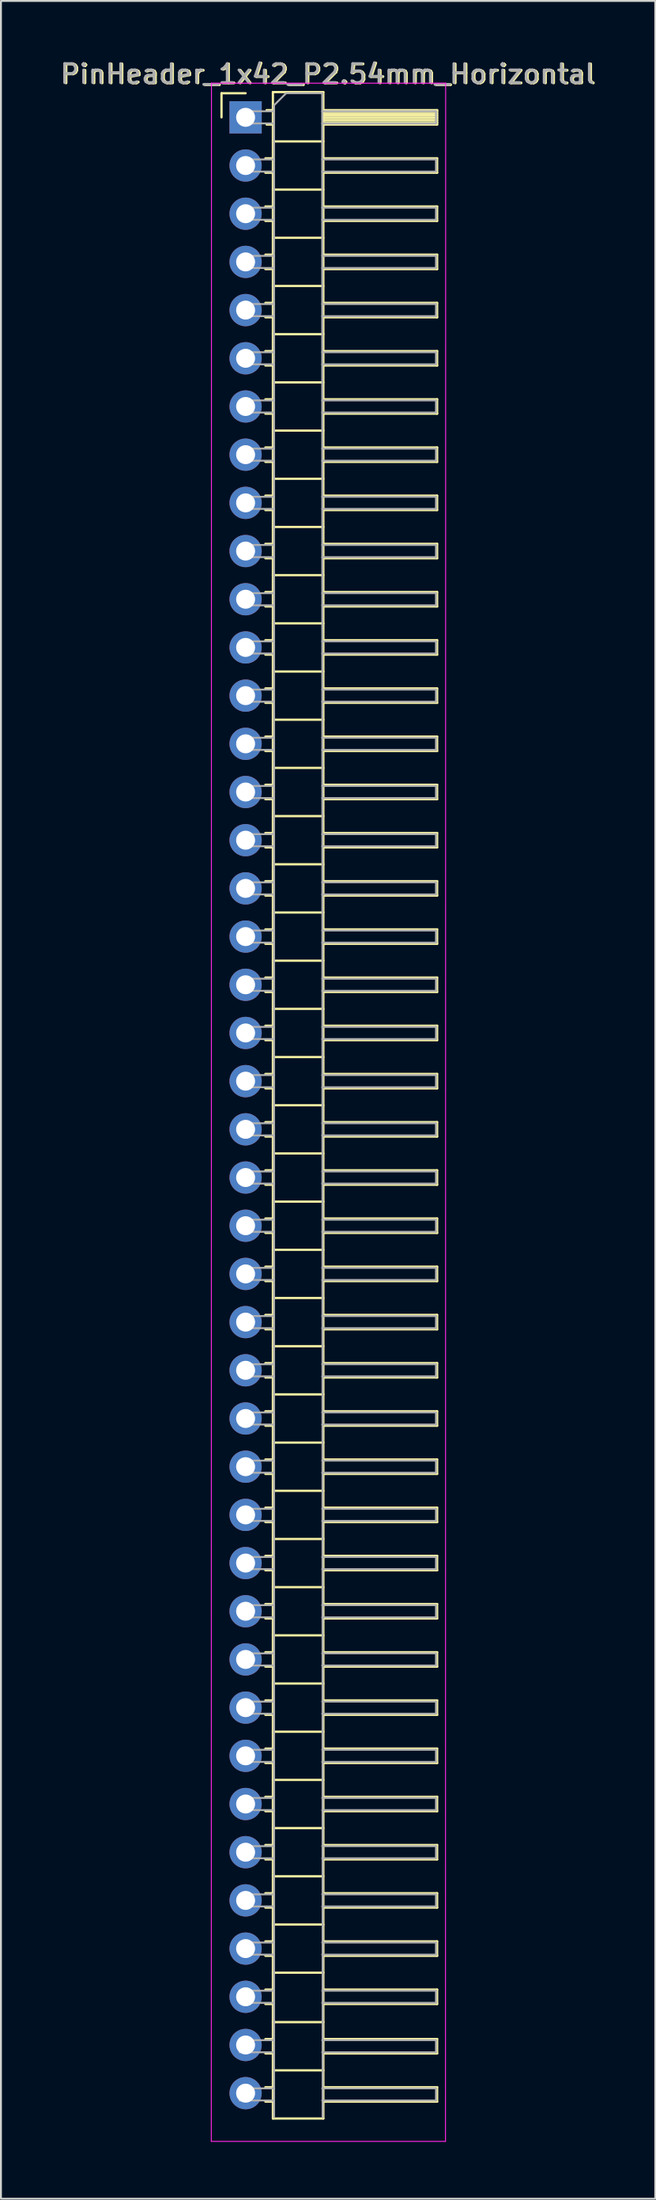
<source format=kicad_pcb>
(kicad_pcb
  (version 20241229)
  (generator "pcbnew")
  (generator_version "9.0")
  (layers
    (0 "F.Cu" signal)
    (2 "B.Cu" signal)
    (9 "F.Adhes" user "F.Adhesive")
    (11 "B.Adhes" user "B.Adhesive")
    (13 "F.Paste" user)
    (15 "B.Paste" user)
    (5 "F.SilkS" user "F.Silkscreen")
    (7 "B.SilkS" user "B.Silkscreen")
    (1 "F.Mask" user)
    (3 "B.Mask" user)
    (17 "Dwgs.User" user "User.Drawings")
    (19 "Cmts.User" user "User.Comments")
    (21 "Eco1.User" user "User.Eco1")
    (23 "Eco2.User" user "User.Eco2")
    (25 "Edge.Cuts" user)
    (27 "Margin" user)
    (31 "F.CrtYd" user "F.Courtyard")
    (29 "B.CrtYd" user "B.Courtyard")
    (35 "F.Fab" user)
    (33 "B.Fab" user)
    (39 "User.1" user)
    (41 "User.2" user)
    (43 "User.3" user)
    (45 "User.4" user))
  (footprint "PinHeader_1x42_P2.54mm_Horizontal"
    (layer "F.Cu")
    (at 9.902 3.134)
    (property "Reference" "PinHeader_1x42_P2.54mm_Horizontal" (at 4.385 -2.27 0) (layer "F.SilkS") (effects (font (size 1 1) (thickness 0.15))))
    (attr through_hole)
    (fp_line (start -1.27 -1.27) (end 0 -1.27) (stroke (width 0.12) (type solid)) (layer "F.SilkS"))
    (fp_line (start -1.27 0) (end -1.27 -1.27) (stroke (width 0.12) (type solid)) (layer "F.SilkS"))
    (fp_line (start 1.043 2.16) (end 1.44 2.16) (stroke (width 0.12) (type solid)) (layer "F.SilkS"))
    (fp_line (start 1.043 2.92) (end 1.44 2.92) (stroke (width 0.12) (type solid)) (layer "F.SilkS"))
    (fp_line (start 1.043 4.7) (end 1.44 4.7) (stroke (width 0.12) (type solid)) (layer "F.SilkS"))
    (fp_line (start 1.043 5.46) (end 1.44 5.46) (stroke (width 0.12) (type solid)) (layer "F.SilkS"))
    (fp_line (start 1.043 7.24) (end 1.44 7.24) (stroke (width 0.12) (type solid)) (layer "F.SilkS"))
    (fp_line (start 1.043 8) (end 1.44 8) (stroke (width 0.12) (type solid)) (layer "F.SilkS"))
    (fp_line (start 1.043 9.78) (end 1.44 9.78) (stroke (width 0.12) (type solid)) (layer "F.SilkS"))
    (fp_line (start 1.043 10.54) (end 1.44 10.54) (stroke (width 0.12) (type solid)) (layer "F.SilkS"))
    (fp_line (start 1.043 12.32) (end 1.44 12.32) (stroke (width 0.12) (type solid)) (layer "F.SilkS"))
    (fp_line (start 1.043 13.08) (end 1.44 13.08) (stroke (width 0.12) (type solid)) (layer "F.SilkS"))
    (fp_line (start 1.043 14.86) (end 1.44 14.86) (stroke (width 0.12) (type solid)) (layer "F.SilkS"))
    (fp_line (start 1.043 15.62) (end 1.44 15.62) (stroke (width 0.12) (type solid)) (layer "F.SilkS"))
    (fp_line (start 1.043 17.4) (end 1.44 17.4) (stroke (width 0.12) (type solid)) (layer "F.SilkS"))
    (fp_line (start 1.043 18.16) (end 1.44 18.16) (stroke (width 0.12) (type solid)) (layer "F.SilkS"))
    (fp_line (start 1.043 19.94) (end 1.44 19.94) (stroke (width 0.12) (type solid)) (layer "F.SilkS"))
    (fp_line (start 1.043 20.7) (end 1.44 20.7) (stroke (width 0.12) (type solid)) (layer "F.SilkS"))
    (fp_line (start 1.043 22.48) (end 1.44 22.48) (stroke (width 0.12) (type solid)) (layer "F.SilkS"))
    (fp_line (start 1.043 23.24) (end 1.44 23.24) (stroke (width 0.12) (type solid)) (layer "F.SilkS"))
    (fp_line (start 1.043 25.02) (end 1.44 25.02) (stroke (width 0.12) (type solid)) (layer "F.SilkS"))
    (fp_line (start 1.043 25.78) (end 1.44 25.78) (stroke (width 0.12) (type solid)) (layer "F.SilkS"))
    (fp_line (start 1.043 27.56) (end 1.44 27.56) (stroke (width 0.12) (type solid)) (layer "F.SilkS"))
    (fp_line (start 1.043 28.32) (end 1.44 28.32) (stroke (width 0.12) (type solid)) (layer "F.SilkS"))
    (fp_line (start 1.043 30.1) (end 1.44 30.1) (stroke (width 0.12) (type solid)) (layer "F.SilkS"))
    (fp_line (start 1.043 30.86) (end 1.44 30.86) (stroke (width 0.12) (type solid)) (layer "F.SilkS"))
    (fp_line (start 1.043 32.64) (end 1.44 32.64) (stroke (width 0.12) (type solid)) (layer "F.SilkS"))
    (fp_line (start 1.043 33.4) (end 1.44 33.4) (stroke (width 0.12) (type solid)) (layer "F.SilkS"))
    (fp_line (start 1.043 35.18) (end 1.44 35.18) (stroke (width 0.12) (type solid)) (layer "F.SilkS"))
    (fp_line (start 1.043 35.94) (end 1.44 35.94) (stroke (width 0.12) (type solid)) (layer "F.SilkS"))
    (fp_line (start 1.043 37.72) (end 1.44 37.72) (stroke (width 0.12) (type solid)) (layer "F.SilkS"))
    (fp_line (start 1.043 38.48) (end 1.44 38.48) (stroke (width 0.12) (type solid)) (layer "F.SilkS"))
    (fp_line (start 1.043 40.26) (end 1.44 40.26) (stroke (width 0.12) (type solid)) (layer "F.SilkS"))
    (fp_line (start 1.043 41.02) (end 1.44 41.02) (stroke (width 0.12) (type solid)) (layer "F.SilkS"))
    (fp_line (start 1.043 42.8) (end 1.44 42.8) (stroke (width 0.12) (type solid)) (layer "F.SilkS"))
    (fp_line (start 1.043 43.56) (end 1.44 43.56) (stroke (width 0.12) (type solid)) (layer "F.SilkS"))
    (fp_line (start 1.043 45.34) (end 1.44 45.34) (stroke (width 0.12) (type solid)) (layer "F.SilkS"))
    (fp_line (start 1.043 46.1) (end 1.44 46.1) (stroke (width 0.12) (type solid)) (layer "F.SilkS"))
    (fp_line (start 1.043 47.88) (end 1.44 47.88) (stroke (width 0.12) (type solid)) (layer "F.SilkS"))
    (fp_line (start 1.043 48.64) (end 1.44 48.64) (stroke (width 0.12) (type solid)) (layer "F.SilkS"))
    (fp_line (start 1.043 50.42) (end 1.44 50.42) (stroke (width 0.12) (type solid)) (layer "F.SilkS"))
    (fp_line (start 1.043 51.18) (end 1.44 51.18) (stroke (width 0.12) (type solid)) (layer "F.SilkS"))
    (fp_line (start 1.043 52.96) (end 1.44 52.96) (stroke (width 0.12) (type solid)) (layer "F.SilkS"))
    (fp_line (start 1.043 53.72) (end 1.44 53.72) (stroke (width 0.12) (type solid)) (layer "F.SilkS"))
    (fp_line (start 1.043 55.5) (end 1.44 55.5) (stroke (width 0.12) (type solid)) (layer "F.SilkS"))
    (fp_line (start 1.043 56.26) (end 1.44 56.26) (stroke (width 0.12) (type solid)) (layer "F.SilkS"))
    (fp_line (start 1.043 58.04) (end 1.44 58.04) (stroke (width 0.12) (type solid)) (layer "F.SilkS"))
    (fp_line (start 1.043 58.8) (end 1.44 58.8) (stroke (width 0.12) (type solid)) (layer "F.SilkS"))
    (fp_line (start 1.043 60.58) (end 1.44 60.58) (stroke (width 0.12) (type solid)) (layer "F.SilkS"))
    (fp_line (start 1.043 61.34) (end 1.44 61.34) (stroke (width 0.12) (type solid)) (layer "F.SilkS"))
    (fp_line (start 1.043 63.12) (end 1.44 63.12) (stroke (width 0.12) (type solid)) (layer "F.SilkS"))
    (fp_line (start 1.043 63.88) (end 1.44 63.88) (stroke (width 0.12) (type solid)) (layer "F.SilkS"))
    (fp_line (start 1.043 65.66) (end 1.44 65.66) (stroke (width 0.12) (type solid)) (layer "F.SilkS"))
    (fp_line (start 1.043 66.42) (end 1.44 66.42) (stroke (width 0.12) (type solid)) (layer "F.SilkS"))
    (fp_line (start 1.043 68.2) (end 1.44 68.2) (stroke (width 0.12) (type solid)) (layer "F.SilkS"))
    (fp_line (start 1.043 68.96) (end 1.44 68.96) (stroke (width 0.12) (type solid)) (layer "F.SilkS"))
    (fp_line (start 1.043 70.74) (end 1.44 70.74) (stroke (width 0.12) (type solid)) (layer "F.SilkS"))
    (fp_line (start 1.043 71.5) (end 1.44 71.5) (stroke (width 0.12) (type solid)) (layer "F.SilkS"))
    (fp_line (start 1.043 73.28) (end 1.44 73.28) (stroke (width 0.12) (type solid)) (layer "F.SilkS"))
    (fp_line (start 1.043 74.04) (end 1.44 74.04) (stroke (width 0.12) (type solid)) (layer "F.SilkS"))
    (fp_line (start 1.043 75.82) (end 1.44 75.82) (stroke (width 0.12) (type solid)) (layer "F.SilkS"))
    (fp_line (start 1.043 76.58) (end 1.44 76.58) (stroke (width 0.12) (type solid)) (layer "F.SilkS"))
    (fp_line (start 1.043 78.36) (end 1.44 78.36) (stroke (width 0.12) (type solid)) (layer "F.SilkS"))
    (fp_line (start 1.043 79.12) (end 1.44 79.12) (stroke (width 0.12) (type solid)) (layer "F.SilkS"))
    (fp_line (start 1.043 80.9) (end 1.44 80.9) (stroke (width 0.12) (type solid)) (layer "F.SilkS"))
    (fp_line (start 1.043 81.66) (end 1.44 81.66) (stroke (width 0.12) (type solid)) (layer "F.SilkS"))
    (fp_line (start 1.043 83.44) (end 1.44 83.44) (stroke (width 0.12) (type solid)) (layer "F.SilkS"))
    (fp_line (start 1.043 84.2) (end 1.44 84.2) (stroke (width 0.12) (type solid)) (layer "F.SilkS"))
    (fp_line (start 1.043 85.98) (end 1.44 85.98) (stroke (width 0.12) (type solid)) (layer "F.SilkS"))
    (fp_line (start 1.043 86.74) (end 1.44 86.74) (stroke (width 0.12) (type solid)) (layer "F.SilkS"))
    (fp_line (start 1.043 88.52) (end 1.44 88.52) (stroke (width 0.12) (type solid)) (layer "F.SilkS"))
    (fp_line (start 1.043 89.28) (end 1.44 89.28) (stroke (width 0.12) (type solid)) (layer "F.SilkS"))
    (fp_line (start 1.043 91.06) (end 1.44 91.06) (stroke (width 0.12) (type solid)) (layer "F.SilkS"))
    (fp_line (start 1.043 91.82) (end 1.44 91.82) (stroke (width 0.12) (type solid)) (layer "F.SilkS"))
    (fp_line (start 1.043 93.6) (end 1.44 93.6) (stroke (width 0.12) (type solid)) (layer "F.SilkS"))
    (fp_line (start 1.043 94.36) (end 1.44 94.36) (stroke (width 0.12) (type solid)) (layer "F.SilkS"))
    (fp_line (start 1.043 96.14) (end 1.44 96.14) (stroke (width 0.12) (type solid)) (layer "F.SilkS"))
    (fp_line (start 1.043 96.9) (end 1.44 96.9) (stroke (width 0.12) (type solid)) (layer "F.SilkS"))
    (fp_line (start 1.043 98.68) (end 1.44 98.68) (stroke (width 0.12) (type solid)) (layer "F.SilkS"))
    (fp_line (start 1.043 99.44) (end 1.44 99.44) (stroke (width 0.12) (type solid)) (layer "F.SilkS"))
    (fp_line (start 1.043 101.286) (end 1.44 101.286) (stroke (width 0.12) (type solid)) (layer "F.SilkS"))
    (fp_line (start 1.043 102.046) (end 1.44 102.046) (stroke (width 0.12) (type solid)) (layer "F.SilkS"))
    (fp_line (start 1.043 103.826) (end 1.44 103.826) (stroke (width 0.12) (type solid)) (layer "F.SilkS"))
    (fp_line (start 1.043 104.586) (end 1.44 104.586) (stroke (width 0.12) (type solid)) (layer "F.SilkS"))
    (fp_line (start 1.11 -0.38) (end 1.44 -0.38) (stroke (width 0.12) (type solid)) (layer "F.SilkS"))
    (fp_line (start 1.11 0.38) (end 1.44 0.38) (stroke (width 0.12) (type solid)) (layer "F.SilkS"))
    (fp_line (start 1.44 -1.33) (end 1.44 105.476) (stroke (width 0.12) (type solid)) (layer "F.SilkS"))
    (fp_line (start 1.44 1.27) (end 4.1 1.27) (stroke (width 0.12) (type solid)) (layer "F.SilkS"))
    (fp_line (start 1.44 3.81) (end 4.1 3.81) (stroke (width 0.12) (type solid)) (layer "F.SilkS"))
    (fp_line (start 1.44 6.35) (end 4.1 6.35) (stroke (width 0.12) (type solid)) (layer "F.SilkS"))
    (fp_line (start 1.44 8.89) (end 4.1 8.89) (stroke (width 0.12) (type solid)) (layer "F.SilkS"))
    (fp_line (start 1.44 11.43) (end 4.1 11.43) (stroke (width 0.12) (type solid)) (layer "F.SilkS"))
    (fp_line (start 1.44 13.97) (end 4.1 13.97) (stroke (width 0.12) (type solid)) (layer "F.SilkS"))
    (fp_line (start 1.44 16.51) (end 4.1 16.51) (stroke (width 0.12) (type solid)) (layer "F.SilkS"))
    (fp_line (start 1.44 19.05) (end 4.1 19.05) (stroke (width 0.12) (type solid)) (layer "F.SilkS"))
    (fp_line (start 1.44 21.59) (end 4.1 21.59) (stroke (width 0.12) (type solid)) (layer "F.SilkS"))
    (fp_line (start 1.44 24.13) (end 4.1 24.13) (stroke (width 0.12) (type solid)) (layer "F.SilkS"))
    (fp_line (start 1.44 26.67) (end 4.1 26.67) (stroke (width 0.12) (type solid)) (layer "F.SilkS"))
    (fp_line (start 1.44 29.21) (end 4.1 29.21) (stroke (width 0.12) (type solid)) (layer "F.SilkS"))
    (fp_line (start 1.44 31.75) (end 4.1 31.75) (stroke (width 0.12) (type solid)) (layer "F.SilkS"))
    (fp_line (start 1.44 34.29) (end 4.1 34.29) (stroke (width 0.12) (type solid)) (layer "F.SilkS"))
    (fp_line (start 1.44 36.83) (end 4.1 36.83) (stroke (width 0.12) (type solid)) (layer "F.SilkS"))
    (fp_line (start 1.44 39.37) (end 4.1 39.37) (stroke (width 0.12) (type solid)) (layer "F.SilkS"))
    (fp_line (start 1.44 41.91) (end 4.1 41.91) (stroke (width 0.12) (type solid)) (layer "F.SilkS"))
    (fp_line (start 1.44 44.45) (end 4.1 44.45) (stroke (width 0.12) (type solid)) (layer "F.SilkS"))
    (fp_line (start 1.44 46.99) (end 4.1 46.99) (stroke (width 0.12) (type solid)) (layer "F.SilkS"))
    (fp_line (start 1.44 49.53) (end 4.1 49.53) (stroke (width 0.12) (type solid)) (layer "F.SilkS"))
    (fp_line (start 1.44 52.07) (end 4.1 52.07) (stroke (width 0.12) (type solid)) (layer "F.SilkS"))
    (fp_line (start 1.44 54.61) (end 4.1 54.61) (stroke (width 0.12) (type solid)) (layer "F.SilkS"))
    (fp_line (start 1.44 57.15) (end 4.1 57.15) (stroke (width 0.12) (type solid)) (layer "F.SilkS"))
    (fp_line (start 1.44 59.69) (end 4.1 59.69) (stroke (width 0.12) (type solid)) (layer "F.SilkS"))
    (fp_line (start 1.44 62.23) (end 4.1 62.23) (stroke (width 0.12) (type solid)) (layer "F.SilkS"))
    (fp_line (start 1.44 64.77) (end 4.1 64.77) (stroke (width 0.12) (type solid)) (layer "F.SilkS"))
    (fp_line (start 1.44 67.31) (end 4.1 67.31) (stroke (width 0.12) (type solid)) (layer "F.SilkS"))
    (fp_line (start 1.44 69.85) (end 4.1 69.85) (stroke (width 0.12) (type solid)) (layer "F.SilkS"))
    (fp_line (start 1.44 72.39) (end 4.1 72.39) (stroke (width 0.12) (type solid)) (layer "F.SilkS"))
    (fp_line (start 1.44 74.93) (end 4.1 74.93) (stroke (width 0.12) (type solid)) (layer "F.SilkS"))
    (fp_line (start 1.44 77.47) (end 4.1 77.47) (stroke (width 0.12) (type solid)) (layer "F.SilkS"))
    (fp_line (start 1.44 80.01) (end 4.1 80.01) (stroke (width 0.12) (type solid)) (layer "F.SilkS"))
    (fp_line (start 1.44 82.55) (end 4.1 82.55) (stroke (width 0.12) (type solid)) (layer "F.SilkS"))
    (fp_line (start 1.44 85.09) (end 4.1 85.09) (stroke (width 0.12) (type solid)) (layer "F.SilkS"))
    (fp_line (start 1.44 87.63) (end 4.1 87.63) (stroke (width 0.12) (type solid)) (layer "F.SilkS"))
    (fp_line (start 1.44 90.17) (end 4.1 90.17) (stroke (width 0.12) (type solid)) (layer "F.SilkS"))
    (fp_line (start 1.44 92.71) (end 4.1 92.71) (stroke (width 0.12) (type solid)) (layer "F.SilkS"))
    (fp_line (start 1.44 95.25) (end 4.1 95.25) (stroke (width 0.12) (type solid)) (layer "F.SilkS"))
    (fp_line (start 1.44 97.79) (end 4.1 97.79) (stroke (width 0.12) (type solid)) (layer "F.SilkS"))
    (fp_line (start 1.44 100.396) (end 4.1 100.396) (stroke (width 0.12) (type solid)) (layer "F.SilkS"))
    (fp_line (start 1.44 102.936) (end 4.1 102.936) (stroke (width 0.12) (type solid)) (layer "F.SilkS"))
    (fp_line (start 1.44 105.476) (end 4.1 105.476) (stroke (width 0.12) (type solid)) (layer "F.SilkS"))
    (fp_line (start 4.1 -1.33) (end 1.44 -1.33) (stroke (width 0.12) (type solid)) (layer "F.SilkS"))
    (fp_line (start 4.1 -0.38) (end 10.1 -0.38) (stroke (width 0.12) (type solid)) (layer "F.SilkS"))
    (fp_line (start 4.1 -0.32) (end 10.1 -0.32) (stroke (width 0.12) (type solid)) (layer "F.SilkS"))
    (fp_line (start 4.1 -0.2) (end 10.1 -0.2) (stroke (width 0.12) (type solid)) (layer "F.SilkS"))
    (fp_line (start 4.1 -0.08) (end 10.1 -0.08) (stroke (width 0.12) (type solid)) (layer "F.SilkS"))
    (fp_line (start 4.1 0.04) (end 10.1 0.04) (stroke (width 0.12) (type solid)) (layer "F.SilkS"))
    (fp_line (start 4.1 0.16) (end 10.1 0.16) (stroke (width 0.12) (type solid)) (layer "F.SilkS"))
    (fp_line (start 4.1 0.28) (end 10.1 0.28) (stroke (width 0.12) (type solid)) (layer "F.SilkS"))
    (fp_line (start 4.1 2.16) (end 10.1 2.16) (stroke (width 0.12) (type solid)) (layer "F.SilkS"))
    (fp_line (start 4.1 4.7) (end 10.1 4.7) (stroke (width 0.12) (type solid)) (layer "F.SilkS"))
    (fp_line (start 4.1 7.24) (end 10.1 7.24) (stroke (width 0.12) (type solid)) (layer "F.SilkS"))
    (fp_line (start 4.1 9.78) (end 10.1 9.78) (stroke (width 0.12) (type solid)) (layer "F.SilkS"))
    (fp_line (start 4.1 12.32) (end 10.1 12.32) (stroke (width 0.12) (type solid)) (layer "F.SilkS"))
    (fp_line (start 4.1 14.86) (end 10.1 14.86) (stroke (width 0.12) (type solid)) (layer "F.SilkS"))
    (fp_line (start 4.1 17.4) (end 10.1 17.4) (stroke (width 0.12) (type solid)) (layer "F.SilkS"))
    (fp_line (start 4.1 19.94) (end 10.1 19.94) (stroke (width 0.12) (type solid)) (layer "F.SilkS"))
    (fp_line (start 4.1 22.48) (end 10.1 22.48) (stroke (width 0.12) (type solid)) (layer "F.SilkS"))
    (fp_line (start 4.1 25.02) (end 10.1 25.02) (stroke (width 0.12) (type solid)) (layer "F.SilkS"))
    (fp_line (start 4.1 27.56) (end 10.1 27.56) (stroke (width 0.12) (type solid)) (layer "F.SilkS"))
    (fp_line (start 4.1 30.1) (end 10.1 30.1) (stroke (width 0.12) (type solid)) (layer "F.SilkS"))
    (fp_line (start 4.1 32.64) (end 10.1 32.64) (stroke (width 0.12) (type solid)) (layer "F.SilkS"))
    (fp_line (start 4.1 35.18) (end 10.1 35.18) (stroke (width 0.12) (type solid)) (layer "F.SilkS"))
    (fp_line (start 4.1 37.72) (end 10.1 37.72) (stroke (width 0.12) (type solid)) (layer "F.SilkS"))
    (fp_line (start 4.1 40.26) (end 10.1 40.26) (stroke (width 0.12) (type solid)) (layer "F.SilkS"))
    (fp_line (start 4.1 42.8) (end 10.1 42.8) (stroke (width 0.12) (type solid)) (layer "F.SilkS"))
    (fp_line (start 4.1 45.34) (end 10.1 45.34) (stroke (width 0.12) (type solid)) (layer "F.SilkS"))
    (fp_line (start 4.1 47.88) (end 10.1 47.88) (stroke (width 0.12) (type solid)) (layer "F.SilkS"))
    (fp_line (start 4.1 50.42) (end 10.1 50.42) (stroke (width 0.12) (type solid)) (layer "F.SilkS"))
    (fp_line (start 4.1 52.96) (end 10.1 52.96) (stroke (width 0.12) (type solid)) (layer "F.SilkS"))
    (fp_line (start 4.1 55.5) (end 10.1 55.5) (stroke (width 0.12) (type solid)) (layer "F.SilkS"))
    (fp_line (start 4.1 58.04) (end 10.1 58.04) (stroke (width 0.12) (type solid)) (layer "F.SilkS"))
    (fp_line (start 4.1 60.58) (end 10.1 60.58) (stroke (width 0.12) (type solid)) (layer "F.SilkS"))
    (fp_line (start 4.1 63.12) (end 10.1 63.12) (stroke (width 0.12) (type solid)) (layer "F.SilkS"))
    (fp_line (start 4.1 65.66) (end 10.1 65.66) (stroke (width 0.12) (type solid)) (layer "F.SilkS"))
    (fp_line (start 4.1 68.2) (end 10.1 68.2) (stroke (width 0.12) (type solid)) (layer "F.SilkS"))
    (fp_line (start 4.1 70.74) (end 10.1 70.74) (stroke (width 0.12) (type solid)) (layer "F.SilkS"))
    (fp_line (start 4.1 73.28) (end 10.1 73.28) (stroke (width 0.12) (type solid)) (layer "F.SilkS"))
    (fp_line (start 4.1 75.82) (end 10.1 75.82) (stroke (width 0.12) (type solid)) (layer "F.SilkS"))
    (fp_line (start 4.1 78.36) (end 10.1 78.36) (stroke (width 0.12) (type solid)) (layer "F.SilkS"))
    (fp_line (start 4.1 80.9) (end 10.1 80.9) (stroke (width 0.12) (type solid)) (layer "F.SilkS"))
    (fp_line (start 4.1 83.44) (end 10.1 83.44) (stroke (width 0.12) (type solid)) (layer "F.SilkS"))
    (fp_line (start 4.1 85.98) (end 10.1 85.98) (stroke (width 0.12) (type solid)) (layer "F.SilkS"))
    (fp_line (start 4.1 88.52) (end 10.1 88.52) (stroke (width 0.12) (type solid)) (layer "F.SilkS"))
    (fp_line (start 4.1 91.06) (end 10.1 91.06) (stroke (width 0.12) (type solid)) (layer "F.SilkS"))
    (fp_line (start 4.1 93.6) (end 10.1 93.6) (stroke (width 0.12) (type solid)) (layer "F.SilkS"))
    (fp_line (start 4.1 96.14) (end 10.1 96.14) (stroke (width 0.12) (type solid)) (layer "F.SilkS"))
    (fp_line (start 4.1 98.68) (end 10.1 98.68) (stroke (width 0.12) (type solid)) (layer "F.SilkS"))
    (fp_line (start 4.1 101.286) (end 10.1 101.286) (stroke (width 0.12) (type solid)) (layer "F.SilkS"))
    (fp_line (start 4.1 103.826) (end 10.1 103.826) (stroke (width 0.12) (type solid)) (layer "F.SilkS"))
    (fp_line (start 4.1 105.476) (end 4.1 -1.33) (stroke (width 0.12) (type solid)) (layer "F.SilkS"))
    (fp_line (start 10.1 -0.38) (end 10.1 0.38) (stroke (width 0.12) (type solid)) (layer "F.SilkS"))
    (fp_line (start 10.1 0.38) (end 4.1 0.38) (stroke (width 0.12) (type solid)) (layer "F.SilkS"))
    (fp_line (start 10.1 2.16) (end 10.1 2.92) (stroke (width 0.12) (type solid)) (layer "F.SilkS"))
    (fp_line (start 10.1 2.92) (end 4.1 2.92) (stroke (width 0.12) (type solid)) (layer "F.SilkS"))
    (fp_line (start 10.1 4.7) (end 10.1 5.46) (stroke (width 0.12) (type solid)) (layer "F.SilkS"))
    (fp_line (start 10.1 5.46) (end 4.1 5.46) (stroke (width 0.12) (type solid)) (layer "F.SilkS"))
    (fp_line (start 10.1 7.24) (end 10.1 8) (stroke (width 0.12) (type solid)) (layer "F.SilkS"))
    (fp_line (start 10.1 8) (end 4.1 8) (stroke (width 0.12) (type solid)) (layer "F.SilkS"))
    (fp_line (start 10.1 9.78) (end 10.1 10.54) (stroke (width 0.12) (type solid)) (layer "F.SilkS"))
    (fp_line (start 10.1 10.54) (end 4.1 10.54) (stroke (width 0.12) (type solid)) (layer "F.SilkS"))
    (fp_line (start 10.1 12.32) (end 10.1 13.08) (stroke (width 0.12) (type solid)) (layer "F.SilkS"))
    (fp_line (start 10.1 13.08) (end 4.1 13.08) (stroke (width 0.12) (type solid)) (layer "F.SilkS"))
    (fp_line (start 10.1 14.86) (end 10.1 15.62) (stroke (width 0.12) (type solid)) (layer "F.SilkS"))
    (fp_line (start 10.1 15.62) (end 4.1 15.62) (stroke (width 0.12) (type solid)) (layer "F.SilkS"))
    (fp_line (start 10.1 17.4) (end 10.1 18.16) (stroke (width 0.12) (type solid)) (layer "F.SilkS"))
    (fp_line (start 10.1 18.16) (end 4.1 18.16) (stroke (width 0.12) (type solid)) (layer "F.SilkS"))
    (fp_line (start 10.1 19.94) (end 10.1 20.7) (stroke (width 0.12) (type solid)) (layer "F.SilkS"))
    (fp_line (start 10.1 20.7) (end 4.1 20.7) (stroke (width 0.12) (type solid)) (layer "F.SilkS"))
    (fp_line (start 10.1 22.48) (end 10.1 23.24) (stroke (width 0.12) (type solid)) (layer "F.SilkS"))
    (fp_line (start 10.1 23.24) (end 4.1 23.24) (stroke (width 0.12) (type solid)) (layer "F.SilkS"))
    (fp_line (start 10.1 25.02) (end 10.1 25.78) (stroke (width 0.12) (type solid)) (layer "F.SilkS"))
    (fp_line (start 10.1 25.78) (end 4.1 25.78) (stroke (width 0.12) (type solid)) (layer "F.SilkS"))
    (fp_line (start 10.1 27.56) (end 10.1 28.32) (stroke (width 0.12) (type solid)) (layer "F.SilkS"))
    (fp_line (start 10.1 28.32) (end 4.1 28.32) (stroke (width 0.12) (type solid)) (layer "F.SilkS"))
    (fp_line (start 10.1 30.1) (end 10.1 30.86) (stroke (width 0.12) (type solid)) (layer "F.SilkS"))
    (fp_line (start 10.1 30.86) (end 4.1 30.86) (stroke (width 0.12) (type solid)) (layer "F.SilkS"))
    (fp_line (start 10.1 32.64) (end 10.1 33.4) (stroke (width 0.12) (type solid)) (layer "F.SilkS"))
    (fp_line (start 10.1 33.4) (end 4.1 33.4) (stroke (width 0.12) (type solid)) (layer "F.SilkS"))
    (fp_line (start 10.1 35.18) (end 10.1 35.94) (stroke (width 0.12) (type solid)) (layer "F.SilkS"))
    (fp_line (start 10.1 35.94) (end 4.1 35.94) (stroke (width 0.12) (type solid)) (layer "F.SilkS"))
    (fp_line (start 10.1 37.72) (end 10.1 38.48) (stroke (width 0.12) (type solid)) (layer "F.SilkS"))
    (fp_line (start 10.1 38.48) (end 4.1 38.48) (stroke (width 0.12) (type solid)) (layer "F.SilkS"))
    (fp_line (start 10.1 40.26) (end 10.1 41.02) (stroke (width 0.12) (type solid)) (layer "F.SilkS"))
    (fp_line (start 10.1 41.02) (end 4.1 41.02) (stroke (width 0.12) (type solid)) (layer "F.SilkS"))
    (fp_line (start 10.1 42.8) (end 10.1 43.56) (stroke (width 0.12) (type solid)) (layer "F.SilkS"))
    (fp_line (start 10.1 43.56) (end 4.1 43.56) (stroke (width 0.12) (type solid)) (layer "F.SilkS"))
    (fp_line (start 10.1 45.34) (end 10.1 46.1) (stroke (width 0.12) (type solid)) (layer "F.SilkS"))
    (fp_line (start 10.1 46.1) (end 4.1 46.1) (stroke (width 0.12) (type solid)) (layer "F.SilkS"))
    (fp_line (start 10.1 47.88) (end 10.1 48.64) (stroke (width 0.12) (type solid)) (layer "F.SilkS"))
    (fp_line (start 10.1 48.64) (end 4.1 48.64) (stroke (width 0.12) (type solid)) (layer "F.SilkS"))
    (fp_line (start 10.1 50.42) (end 10.1 51.18) (stroke (width 0.12) (type solid)) (layer "F.SilkS"))
    (fp_line (start 10.1 51.18) (end 4.1 51.18) (stroke (width 0.12) (type solid)) (layer "F.SilkS"))
    (fp_line (start 10.1 52.96) (end 10.1 53.72) (stroke (width 0.12) (type solid)) (layer "F.SilkS"))
    (fp_line (start 10.1 53.72) (end 4.1 53.72) (stroke (width 0.12) (type solid)) (layer "F.SilkS"))
    (fp_line (start 10.1 55.5) (end 10.1 56.26) (stroke (width 0.12) (type solid)) (layer "F.SilkS"))
    (fp_line (start 10.1 56.26) (end 4.1 56.26) (stroke (width 0.12) (type solid)) (layer "F.SilkS"))
    (fp_line (start 10.1 58.04) (end 10.1 58.8) (stroke (width 0.12) (type solid)) (layer "F.SilkS"))
    (fp_line (start 10.1 58.8) (end 4.1 58.8) (stroke (width 0.12) (type solid)) (layer "F.SilkS"))
    (fp_line (start 10.1 60.58) (end 10.1 61.34) (stroke (width 0.12) (type solid)) (layer "F.SilkS"))
    (fp_line (start 10.1 61.34) (end 4.1 61.34) (stroke (width 0.12) (type solid)) (layer "F.SilkS"))
    (fp_line (start 10.1 63.12) (end 10.1 63.88) (stroke (width 0.12) (type solid)) (layer "F.SilkS"))
    (fp_line (start 10.1 63.88) (end 4.1 63.88) (stroke (width 0.12) (type solid)) (layer "F.SilkS"))
    (fp_line (start 10.1 65.66) (end 10.1 66.42) (stroke (width 0.12) (type solid)) (layer "F.SilkS"))
    (fp_line (start 10.1 66.42) (end 4.1 66.42) (stroke (width 0.12) (type solid)) (layer "F.SilkS"))
    (fp_line (start 10.1 68.2) (end 10.1 68.96) (stroke (width 0.12) (type solid)) (layer "F.SilkS"))
    (fp_line (start 10.1 68.96) (end 4.1 68.96) (stroke (width 0.12) (type solid)) (layer "F.SilkS"))
    (fp_line (start 10.1 70.74) (end 10.1 71.5) (stroke (width 0.12) (type solid)) (layer "F.SilkS"))
    (fp_line (start 10.1 71.5) (end 4.1 71.5) (stroke (width 0.12) (type solid)) (layer "F.SilkS"))
    (fp_line (start 10.1 73.28) (end 10.1 74.04) (stroke (width 0.12) (type solid)) (layer "F.SilkS"))
    (fp_line (start 10.1 74.04) (end 4.1 74.04) (stroke (width 0.12) (type solid)) (layer "F.SilkS"))
    (fp_line (start 10.1 75.82) (end 10.1 76.58) (stroke (width 0.12) (type solid)) (layer "F.SilkS"))
    (fp_line (start 10.1 76.58) (end 4.1 76.58) (stroke (width 0.12) (type solid)) (layer "F.SilkS"))
    (fp_line (start 10.1 78.36) (end 10.1 79.12) (stroke (width 0.12) (type solid)) (layer "F.SilkS"))
    (fp_line (start 10.1 79.12) (end 4.1 79.12) (stroke (width 0.12) (type solid)) (layer "F.SilkS"))
    (fp_line (start 10.1 80.9) (end 10.1 81.66) (stroke (width 0.12) (type solid)) (layer "F.SilkS"))
    (fp_line (start 10.1 81.66) (end 4.1 81.66) (stroke (width 0.12) (type solid)) (layer "F.SilkS"))
    (fp_line (start 10.1 83.44) (end 10.1 84.2) (stroke (width 0.12) (type solid)) (layer "F.SilkS"))
    (fp_line (start 10.1 84.2) (end 4.1 84.2) (stroke (width 0.12) (type solid)) (layer "F.SilkS"))
    (fp_line (start 10.1 85.98) (end 10.1 86.74) (stroke (width 0.12) (type solid)) (layer "F.SilkS"))
    (fp_line (start 10.1 86.74) (end 4.1 86.74) (stroke (width 0.12) (type solid)) (layer "F.SilkS"))
    (fp_line (start 10.1 88.52) (end 10.1 89.28) (stroke (width 0.12) (type solid)) (layer "F.SilkS"))
    (fp_line (start 10.1 89.28) (end 4.1 89.28) (stroke (width 0.12) (type solid)) (layer "F.SilkS"))
    (fp_line (start 10.1 91.06) (end 10.1 91.82) (stroke (width 0.12) (type solid)) (layer "F.SilkS"))
    (fp_line (start 10.1 91.82) (end 4.1 91.82) (stroke (width 0.12) (type solid)) (layer "F.SilkS"))
    (fp_line (start 10.1 93.6) (end 10.1 94.36) (stroke (width 0.12) (type solid)) (layer "F.SilkS"))
    (fp_line (start 10.1 94.36) (end 4.1 94.36) (stroke (width 0.12) (type solid)) (layer "F.SilkS"))
    (fp_line (start 10.1 96.14) (end 10.1 96.9) (stroke (width 0.12) (type solid)) (layer "F.SilkS"))
    (fp_line (start 10.1 96.9) (end 4.1 96.9) (stroke (width 0.12) (type solid)) (layer "F.SilkS"))
    (fp_line (start 10.1 98.68) (end 10.1 99.44) (stroke (width 0.12) (type solid)) (layer "F.SilkS"))
    (fp_line (start 10.1 99.44) (end 4.1 99.44) (stroke (width 0.12) (type solid)) (layer "F.SilkS"))
    (fp_line (start 10.1 101.286) (end 10.1 102.046) (stroke (width 0.12) (type solid)) (layer "F.SilkS"))
    (fp_line (start 10.1 102.046) (end 4.1 102.046) (stroke (width 0.12) (type solid)) (layer "F.SilkS"))
    (fp_line (start 10.1 103.826) (end 10.1 104.586) (stroke (width 0.12) (type solid)) (layer "F.SilkS"))
    (fp_line (start 10.1 104.586) (end 4.1 104.586) (stroke (width 0.12) (type solid)) (layer "F.SilkS"))
    (fp_line (start -1.809 106.68) (end 10.541 106.68) (stroke (width 0.05) (type solid)) (layer "F.CrtYd"))
    (fp_line (start -1.8 -1.8) (end -1.809 106.68) (stroke (width 0.05) (type solid)) (layer "F.CrtYd"))
    (fp_line (start 10.541 106.68) (end 10.55 -1.8) (stroke (width 0.05) (type solid)) (layer "F.CrtYd"))
    (fp_line (start 10.55 -1.8) (end -1.8 -1.8) (stroke (width 0.05) (type solid)) (layer "F.CrtYd"))
    (fp_line (start -0.32 -0.32) (end -0.32 0.32) (stroke (width 0.1) (type solid)) (layer "F.Fab"))
    (fp_line (start -0.32 -0.32) (end 1.5 -0.32) (stroke (width 0.1) (type solid)) (layer "F.Fab"))
    (fp_line (start -0.32 0.32) (end 1.5 0.32) (stroke (width 0.1) (type solid)) (layer "F.Fab"))
    (fp_line (start -0.32 2.22) (end -0.32 2.86) (stroke (width 0.1) (type solid)) (layer "F.Fab"))
    (fp_line (start -0.32 2.22) (end 1.5 2.22) (stroke (width 0.1) (type solid)) (layer "F.Fab"))
    (fp_line (start -0.32 2.86) (end 1.5 2.86) (stroke (width 0.1) (type solid)) (layer "F.Fab"))
    (fp_line (start -0.32 4.76) (end -0.32 5.4) (stroke (width 0.1) (type solid)) (layer "F.Fab"))
    (fp_line (start -0.32 4.76) (end 1.5 4.76) (stroke (width 0.1) (type solid)) (layer "F.Fab"))
    (fp_line (start -0.32 5.4) (end 1.5 5.4) (stroke (width 0.1) (type solid)) (layer "F.Fab"))
    (fp_line (start -0.32 7.3) (end -0.32 7.94) (stroke (width 0.1) (type solid)) (layer "F.Fab"))
    (fp_line (start -0.32 7.3) (end 1.5 7.3) (stroke (width 0.1) (type solid)) (layer "F.Fab"))
    (fp_line (start -0.32 7.94) (end 1.5 7.94) (stroke (width 0.1) (type solid)) (layer "F.Fab"))
    (fp_line (start -0.32 9.84) (end -0.32 10.48) (stroke (width 0.1) (type solid)) (layer "F.Fab"))
    (fp_line (start -0.32 9.84) (end 1.5 9.84) (stroke (width 0.1) (type solid)) (layer "F.Fab"))
    (fp_line (start -0.32 10.48) (end 1.5 10.48) (stroke (width 0.1) (type solid)) (layer "F.Fab"))
    (fp_line (start -0.32 12.38) (end -0.32 13.02) (stroke (width 0.1) (type solid)) (layer "F.Fab"))
    (fp_line (start -0.32 12.38) (end 1.5 12.38) (stroke (width 0.1) (type solid)) (layer "F.Fab"))
    (fp_line (start -0.32 13.02) (end 1.5 13.02) (stroke (width 0.1) (type solid)) (layer "F.Fab"))
    (fp_line (start -0.32 14.92) (end -0.32 15.56) (stroke (width 0.1) (type solid)) (layer "F.Fab"))
    (fp_line (start -0.32 14.92) (end 1.5 14.92) (stroke (width 0.1) (type solid)) (layer "F.Fab"))
    (fp_line (start -0.32 15.56) (end 1.5 15.56) (stroke (width 0.1) (type solid)) (layer "F.Fab"))
    (fp_line (start -0.32 17.46) (end -0.32 18.1) (stroke (width 0.1) (type solid)) (layer "F.Fab"))
    (fp_line (start -0.32 17.46) (end 1.5 17.46) (stroke (width 0.1) (type solid)) (layer "F.Fab"))
    (fp_line (start -0.32 18.1) (end 1.5 18.1) (stroke (width 0.1) (type solid)) (layer "F.Fab"))
    (fp_line (start -0.32 20) (end -0.32 20.64) (stroke (width 0.1) (type solid)) (layer "F.Fab"))
    (fp_line (start -0.32 20) (end 1.5 20) (stroke (width 0.1) (type solid)) (layer "F.Fab"))
    (fp_line (start -0.32 20.64) (end 1.5 20.64) (stroke (width 0.1) (type solid)) (layer "F.Fab"))
    (fp_line (start -0.32 22.54) (end -0.32 23.18) (stroke (width 0.1) (type solid)) (layer "F.Fab"))
    (fp_line (start -0.32 22.54) (end 1.5 22.54) (stroke (width 0.1) (type solid)) (layer "F.Fab"))
    (fp_line (start -0.32 23.18) (end 1.5 23.18) (stroke (width 0.1) (type solid)) (layer "F.Fab"))
    (fp_line (start -0.32 25.08) (end -0.32 25.72) (stroke (width 0.1) (type solid)) (layer "F.Fab"))
    (fp_line (start -0.32 25.08) (end 1.5 25.08) (stroke (width 0.1) (type solid)) (layer "F.Fab"))
    (fp_line (start -0.32 25.72) (end 1.5 25.72) (stroke (width 0.1) (type solid)) (layer "F.Fab"))
    (fp_line (start -0.32 27.62) (end -0.32 28.26) (stroke (width 0.1) (type solid)) (layer "F.Fab"))
    (fp_line (start -0.32 27.62) (end 1.5 27.62) (stroke (width 0.1) (type solid)) (layer "F.Fab"))
    (fp_line (start -0.32 28.26) (end 1.5 28.26) (stroke (width 0.1) (type solid)) (layer "F.Fab"))
    (fp_line (start -0.32 30.16) (end -0.32 30.8) (stroke (width 0.1) (type solid)) (layer "F.Fab"))
    (fp_line (start -0.32 30.16) (end 1.5 30.16) (stroke (width 0.1) (type solid)) (layer "F.Fab"))
    (fp_line (start -0.32 30.8) (end 1.5 30.8) (stroke (width 0.1) (type solid)) (layer "F.Fab"))
    (fp_line (start -0.32 32.7) (end -0.32 33.34) (stroke (width 0.1) (type solid)) (layer "F.Fab"))
    (fp_line (start -0.32 32.7) (end 1.5 32.7) (stroke (width 0.1) (type solid)) (layer "F.Fab"))
    (fp_line (start -0.32 33.34) (end 1.5 33.34) (stroke (width 0.1) (type solid)) (layer "F.Fab"))
    (fp_line (start -0.32 35.24) (end -0.32 35.88) (stroke (width 0.1) (type solid)) (layer "F.Fab"))
    (fp_line (start -0.32 35.24) (end 1.5 35.24) (stroke (width 0.1) (type solid)) (layer "F.Fab"))
    (fp_line (start -0.32 35.88) (end 1.5 35.88) (stroke (width 0.1) (type solid)) (layer "F.Fab"))
    (fp_line (start -0.32 37.78) (end -0.32 38.42) (stroke (width 0.1) (type solid)) (layer "F.Fab"))
    (fp_line (start -0.32 37.78) (end 1.5 37.78) (stroke (width 0.1) (type solid)) (layer "F.Fab"))
    (fp_line (start -0.32 38.42) (end 1.5 38.42) (stroke (width 0.1) (type solid)) (layer "F.Fab"))
    (fp_line (start -0.32 40.32) (end -0.32 40.96) (stroke (width 0.1) (type solid)) (layer "F.Fab"))
    (fp_line (start -0.32 40.32) (end 1.5 40.32) (stroke (width 0.1) (type solid)) (layer "F.Fab"))
    (fp_line (start -0.32 40.96) (end 1.5 40.96) (stroke (width 0.1) (type solid)) (layer "F.Fab"))
    (fp_line (start -0.32 42.86) (end -0.32 43.5) (stroke (width 0.1) (type solid)) (layer "F.Fab"))
    (fp_line (start -0.32 42.86) (end 1.5 42.86) (stroke (width 0.1) (type solid)) (layer "F.Fab"))
    (fp_line (start -0.32 43.5) (end 1.5 43.5) (stroke (width 0.1) (type solid)) (layer "F.Fab"))
    (fp_line (start -0.32 45.4) (end -0.32 46.04) (stroke (width 0.1) (type solid)) (layer "F.Fab"))
    (fp_line (start -0.32 45.4) (end 1.5 45.4) (stroke (width 0.1) (type solid)) (layer "F.Fab"))
    (fp_line (start -0.32 46.04) (end 1.5 46.04) (stroke (width 0.1) (type solid)) (layer "F.Fab"))
    (fp_line (start -0.32 47.94) (end -0.32 48.58) (stroke (width 0.1) (type solid)) (layer "F.Fab"))
    (fp_line (start -0.32 47.94) (end 1.5 47.94) (stroke (width 0.1) (type solid)) (layer "F.Fab"))
    (fp_line (start -0.32 48.58) (end 1.5 48.58) (stroke (width 0.1) (type solid)) (layer "F.Fab"))
    (fp_line (start -0.32 50.48) (end -0.32 51.12) (stroke (width 0.1) (type solid)) (layer "F.Fab"))
    (fp_line (start -0.32 50.48) (end 1.5 50.48) (stroke (width 0.1) (type solid)) (layer "F.Fab"))
    (fp_line (start -0.32 51.12) (end 1.5 51.12) (stroke (width 0.1) (type solid)) (layer "F.Fab"))
    (fp_line (start -0.32 53.02) (end -0.32 53.66) (stroke (width 0.1) (type solid)) (layer "F.Fab"))
    (fp_line (start -0.32 53.02) (end 1.5 53.02) (stroke (width 0.1) (type solid)) (layer "F.Fab"))
    (fp_line (start -0.32 53.66) (end 1.5 53.66) (stroke (width 0.1) (type solid)) (layer "F.Fab"))
    (fp_line (start -0.32 55.56) (end -0.32 56.2) (stroke (width 0.1) (type solid)) (layer "F.Fab"))
    (fp_line (start -0.32 55.56) (end 1.5 55.56) (stroke (width 0.1) (type solid)) (layer "F.Fab"))
    (fp_line (start -0.32 56.2) (end 1.5 56.2) (stroke (width 0.1) (type solid)) (layer "F.Fab"))
    (fp_line (start -0.32 58.1) (end -0.32 58.74) (stroke (width 0.1) (type solid)) (layer "F.Fab"))
    (fp_line (start -0.32 58.1) (end 1.5 58.1) (stroke (width 0.1) (type solid)) (layer "F.Fab"))
    (fp_line (start -0.32 58.74) (end 1.5 58.74) (stroke (width 0.1) (type solid)) (layer "F.Fab"))
    (fp_line (start -0.32 60.64) (end -0.32 61.28) (stroke (width 0.1) (type solid)) (layer "F.Fab"))
    (fp_line (start -0.32 60.64) (end 1.5 60.64) (stroke (width 0.1) (type solid)) (layer "F.Fab"))
    (fp_line (start -0.32 61.28) (end 1.5 61.28) (stroke (width 0.1) (type solid)) (layer "F.Fab"))
    (fp_line (start -0.32 63.18) (end -0.32 63.82) (stroke (width 0.1) (type solid)) (layer "F.Fab"))
    (fp_line (start -0.32 63.18) (end 1.5 63.18) (stroke (width 0.1) (type solid)) (layer "F.Fab"))
    (fp_line (start -0.32 63.82) (end 1.5 63.82) (stroke (width 0.1) (type solid)) (layer "F.Fab"))
    (fp_line (start -0.32 65.72) (end -0.32 66.36) (stroke (width 0.1) (type solid)) (layer "F.Fab"))
    (fp_line (start -0.32 65.72) (end 1.5 65.72) (stroke (width 0.1) (type solid)) (layer "F.Fab"))
    (fp_line (start -0.32 66.36) (end 1.5 66.36) (stroke (width 0.1) (type solid)) (layer "F.Fab"))
    (fp_line (start -0.32 68.26) (end -0.32 68.9) (stroke (width 0.1) (type solid)) (layer "F.Fab"))
    (fp_line (start -0.32 68.26) (end 1.5 68.26) (stroke (width 0.1) (type solid)) (layer "F.Fab"))
    (fp_line (start -0.32 68.9) (end 1.5 68.9) (stroke (width 0.1) (type solid)) (layer "F.Fab"))
    (fp_line (start -0.32 70.8) (end -0.32 71.44) (stroke (width 0.1) (type solid)) (layer "F.Fab"))
    (fp_line (start -0.32 70.8) (end 1.5 70.8) (stroke (width 0.1) (type solid)) (layer "F.Fab"))
    (fp_line (start -0.32 71.44) (end 1.5 71.44) (stroke (width 0.1) (type solid)) (layer "F.Fab"))
    (fp_line (start -0.32 73.34) (end -0.32 73.98) (stroke (width 0.1) (type solid)) (layer "F.Fab"))
    (fp_line (start -0.32 73.34) (end 1.5 73.34) (stroke (width 0.1) (type solid)) (layer "F.Fab"))
    (fp_line (start -0.32 73.98) (end 1.5 73.98) (stroke (width 0.1) (type solid)) (layer "F.Fab"))
    (fp_line (start -0.32 75.88) (end -0.32 76.52) (stroke (width 0.1) (type solid)) (layer "F.Fab"))
    (fp_line (start -0.32 75.88) (end 1.5 75.88) (stroke (width 0.1) (type solid)) (layer "F.Fab"))
    (fp_line (start -0.32 76.52) (end 1.5 76.52) (stroke (width 0.1) (type solid)) (layer "F.Fab"))
    (fp_line (start -0.32 78.42) (end -0.32 79.06) (stroke (width 0.1) (type solid)) (layer "F.Fab"))
    (fp_line (start -0.32 78.42) (end 1.5 78.42) (stroke (width 0.1) (type solid)) (layer "F.Fab"))
    (fp_line (start -0.32 79.06) (end 1.5 79.06) (stroke (width 0.1) (type solid)) (layer "F.Fab"))
    (fp_line (start -0.32 80.96) (end -0.32 81.6) (stroke (width 0.1) (type solid)) (layer "F.Fab"))
    (fp_line (start -0.32 80.96) (end 1.5 80.96) (stroke (width 0.1) (type solid)) (layer "F.Fab"))
    (fp_line (start -0.32 81.6) (end 1.5 81.6) (stroke (width 0.1) (type solid)) (layer "F.Fab"))
    (fp_line (start -0.32 83.5) (end -0.32 84.14) (stroke (width 0.1) (type solid)) (layer "F.Fab"))
    (fp_line (start -0.32 83.5) (end 1.5 83.5) (stroke (width 0.1) (type solid)) (layer "F.Fab"))
    (fp_line (start -0.32 84.14) (end 1.5 84.14) (stroke (width 0.1) (type solid)) (layer "F.Fab"))
    (fp_line (start -0.32 86.04) (end -0.32 86.68) (stroke (width 0.1) (type solid)) (layer "F.Fab"))
    (fp_line (start -0.32 86.04) (end 1.5 86.04) (stroke (width 0.1) (type solid)) (layer "F.Fab"))
    (fp_line (start -0.32 86.68) (end 1.5 86.68) (stroke (width 0.1) (type solid)) (layer "F.Fab"))
    (fp_line (start -0.32 88.58) (end -0.32 89.22) (stroke (width 0.1) (type solid)) (layer "F.Fab"))
    (fp_line (start -0.32 88.58) (end 1.5 88.58) (stroke (width 0.1) (type solid)) (layer "F.Fab"))
    (fp_line (start -0.32 89.22) (end 1.5 89.22) (stroke (width 0.1) (type solid)) (layer "F.Fab"))
    (fp_line (start -0.32 91.12) (end -0.32 91.76) (stroke (width 0.1) (type solid)) (layer "F.Fab"))
    (fp_line (start -0.32 91.12) (end 1.5 91.12) (stroke (width 0.1) (type solid)) (layer "F.Fab"))
    (fp_line (start -0.32 91.76) (end 1.5 91.76) (stroke (width 0.1) (type solid)) (layer "F.Fab"))
    (fp_line (start -0.32 93.66) (end -0.32 94.3) (stroke (width 0.1) (type solid)) (layer "F.Fab"))
    (fp_line (start -0.32 93.66) (end 1.5 93.66) (stroke (width 0.1) (type solid)) (layer "F.Fab"))
    (fp_line (start -0.32 94.3) (end 1.5 94.3) (stroke (width 0.1) (type solid)) (layer "F.Fab"))
    (fp_line (start -0.32 96.2) (end -0.32 96.84) (stroke (width 0.1) (type solid)) (layer "F.Fab"))
    (fp_line (start -0.32 96.2) (end 1.5 96.2) (stroke (width 0.1) (type solid)) (layer "F.Fab"))
    (fp_line (start -0.32 96.84) (end 1.5 96.84) (stroke (width 0.1) (type solid)) (layer "F.Fab"))
    (fp_line (start -0.32 98.74) (end -0.32 99.38) (stroke (width 0.1) (type solid)) (layer "F.Fab"))
    (fp_line (start -0.32 98.74) (end -0.32 99.38) (stroke (width 0.1) (type solid)) (layer "F.Fab"))
    (fp_line (start -0.32 98.74) (end 1.5 98.74) (stroke (width 0.1) (type solid)) (layer "F.Fab"))
    (fp_line (start -0.32 99.38) (end 1.5 99.38) (stroke (width 0.1) (type solid)) (layer "F.Fab"))
    (fp_line (start -0.32 101.28) (end -0.32 101.92) (stroke (width 0.1) (type solid)) (layer "F.Fab"))
    (fp_line (start -0.32 101.346) (end 1.5 101.346) (stroke (width 0.1) (type solid)) (layer "F.Fab"))
    (fp_line (start -0.32 101.986) (end 1.5 101.986) (stroke (width 0.1) (type solid)) (layer "F.Fab"))
    (fp_line (start -0.32 103.82) (end -0.32 104.46) (stroke (width 0.1) (type solid)) (layer "F.Fab"))
    (fp_line (start -0.32 103.886) (end 1.5 103.886) (stroke (width 0.1) (type solid)) (layer "F.Fab"))
    (fp_line (start -0.32 104.526) (end 1.5 104.526) (stroke (width 0.1) (type solid)) (layer "F.Fab"))
    (fp_line (start 1.5 -0.635) (end 2.135 -1.27) (stroke (width 0.1) (type solid)) (layer "F.Fab"))
    (fp_line (start 1.5 105.41) (end 1.5 -0.635) (stroke (width 0.1) (type solid)) (layer "F.Fab"))
    (fp_line (start 2.135 -1.27) (end 4.04 -1.27) (stroke (width 0.1) (type solid)) (layer "F.Fab"))
    (fp_line (start 4.04 -1.27) (end 4.064 105.41) (stroke (width 0.1) (type solid)) (layer "F.Fab"))
    (fp_line (start 4.04 -0.32) (end 10.04 -0.32) (stroke (width 0.1) (type solid)) (layer "F.Fab"))
    (fp_line (start 4.04 0.32) (end 10.04 0.32) (stroke (width 0.1) (type solid)) (layer "F.Fab"))
    (fp_line (start 4.04 2.22) (end 10.04 2.22) (stroke (width 0.1) (type solid)) (layer "F.Fab"))
    (fp_line (start 4.04 2.86) (end 10.04 2.86) (stroke (width 0.1) (type solid)) (layer "F.Fab"))
    (fp_line (start 4.04 4.76) (end 10.04 4.76) (stroke (width 0.1) (type solid)) (layer "F.Fab"))
    (fp_line (start 4.04 5.4) (end 10.04 5.4) (stroke (width 0.1) (type solid)) (layer "F.Fab"))
    (fp_line (start 4.04 7.3) (end 10.04 7.3) (stroke (width 0.1) (type solid)) (layer "F.Fab"))
    (fp_line (start 4.04 7.94) (end 10.04 7.94) (stroke (width 0.1) (type solid)) (layer "F.Fab"))
    (fp_line (start 4.04 9.84) (end 10.04 9.84) (stroke (width 0.1) (type solid)) (layer "F.Fab"))
    (fp_line (start 4.04 10.48) (end 10.04 10.48) (stroke (width 0.1) (type solid)) (layer "F.Fab"))
    (fp_line (start 4.04 12.38) (end 10.04 12.38) (stroke (width 0.1) (type solid)) (layer "F.Fab"))
    (fp_line (start 4.04 13.02) (end 10.04 13.02) (stroke (width 0.1) (type solid)) (layer "F.Fab"))
    (fp_line (start 4.04 14.92) (end 10.04 14.92) (stroke (width 0.1) (type solid)) (layer "F.Fab"))
    (fp_line (start 4.04 15.56) (end 10.04 15.56) (stroke (width 0.1) (type solid)) (layer "F.Fab"))
    (fp_line (start 4.04 17.46) (end 10.04 17.46) (stroke (width 0.1) (type solid)) (layer "F.Fab"))
    (fp_line (start 4.04 18.1) (end 10.04 18.1) (stroke (width 0.1) (type solid)) (layer "F.Fab"))
    (fp_line (start 4.04 20) (end 10.04 20) (stroke (width 0.1) (type solid)) (layer "F.Fab"))
    (fp_line (start 4.04 20.64) (end 10.04 20.64) (stroke (width 0.1) (type solid)) (layer "F.Fab"))
    (fp_line (start 4.04 22.54) (end 10.04 22.54) (stroke (width 0.1) (type solid)) (layer "F.Fab"))
    (fp_line (start 4.04 23.18) (end 10.04 23.18) (stroke (width 0.1) (type solid)) (layer "F.Fab"))
    (fp_line (start 4.04 25.08) (end 10.04 25.08) (stroke (width 0.1) (type solid)) (layer "F.Fab"))
    (fp_line (start 4.04 25.72) (end 10.04 25.72) (stroke (width 0.1) (type solid)) (layer "F.Fab"))
    (fp_line (start 4.04 27.62) (end 10.04 27.62) (stroke (width 0.1) (type solid)) (layer "F.Fab"))
    (fp_line (start 4.04 28.26) (end 10.04 28.26) (stroke (width 0.1) (type solid)) (layer "F.Fab"))
    (fp_line (start 4.04 30.16) (end 10.04 30.16) (stroke (width 0.1) (type solid)) (layer "F.Fab"))
    (fp_line (start 4.04 30.8) (end 10.04 30.8) (stroke (width 0.1) (type solid)) (layer "F.Fab"))
    (fp_line (start 4.04 32.7) (end 10.04 32.7) (stroke (width 0.1) (type solid)) (layer "F.Fab"))
    (fp_line (start 4.04 33.34) (end 10.04 33.34) (stroke (width 0.1) (type solid)) (layer "F.Fab"))
    (fp_line (start 4.04 35.24) (end 10.04 35.24) (stroke (width 0.1) (type solid)) (layer "F.Fab"))
    (fp_line (start 4.04 35.88) (end 10.04 35.88) (stroke (width 0.1) (type solid)) (layer "F.Fab"))
    (fp_line (start 4.04 37.78) (end 10.04 37.78) (stroke (width 0.1) (type solid)) (layer "F.Fab"))
    (fp_line (start 4.04 38.42) (end 10.04 38.42) (stroke (width 0.1) (type solid)) (layer "F.Fab"))
    (fp_line (start 4.04 40.32) (end 10.04 40.32) (stroke (width 0.1) (type solid)) (layer "F.Fab"))
    (fp_line (start 4.04 40.96) (end 10.04 40.96) (stroke (width 0.1) (type solid)) (layer "F.Fab"))
    (fp_line (start 4.04 42.86) (end 10.04 42.86) (stroke (width 0.1) (type solid)) (layer "F.Fab"))
    (fp_line (start 4.04 43.5) (end 10.04 43.5) (stroke (width 0.1) (type solid)) (layer "F.Fab"))
    (fp_line (start 4.04 45.4) (end 10.04 45.4) (stroke (width 0.1) (type solid)) (layer "F.Fab"))
    (fp_line (start 4.04 46.04) (end 10.04 46.04) (stroke (width 0.1) (type solid)) (layer "F.Fab"))
    (fp_line (start 4.04 47.94) (end 10.04 47.94) (stroke (width 0.1) (type solid)) (layer "F.Fab"))
    (fp_line (start 4.04 48.58) (end 10.04 48.58) (stroke (width 0.1) (type solid)) (layer "F.Fab"))
    (fp_line (start 4.04 50.48) (end 10.04 50.48) (stroke (width 0.1) (type solid)) (layer "F.Fab"))
    (fp_line (start 4.04 51.12) (end 10.04 51.12) (stroke (width 0.1) (type solid)) (layer "F.Fab"))
    (fp_line (start 4.04 53.02) (end 10.04 53.02) (stroke (width 0.1) (type solid)) (layer "F.Fab"))
    (fp_line (start 4.04 53.66) (end 10.04 53.66) (stroke (width 0.1) (type solid)) (layer "F.Fab"))
    (fp_line (start 4.04 55.56) (end 10.04 55.56) (stroke (width 0.1) (type solid)) (layer "F.Fab"))
    (fp_line (start 4.04 56.2) (end 10.04 56.2) (stroke (width 0.1) (type solid)) (layer "F.Fab"))
    (fp_line (start 4.04 58.1) (end 10.04 58.1) (stroke (width 0.1) (type solid)) (layer "F.Fab"))
    (fp_line (start 4.04 58.74) (end 10.04 58.74) (stroke (width 0.1) (type solid)) (layer "F.Fab"))
    (fp_line (start 4.04 60.64) (end 10.04 60.64) (stroke (width 0.1) (type solid)) (layer "F.Fab"))
    (fp_line (start 4.04 61.28) (end 10.04 61.28) (stroke (width 0.1) (type solid)) (layer "F.Fab"))
    (fp_line (start 4.04 63.18) (end 10.04 63.18) (stroke (width 0.1) (type solid)) (layer "F.Fab"))
    (fp_line (start 4.04 63.82) (end 10.04 63.82) (stroke (width 0.1) (type solid)) (layer "F.Fab"))
    (fp_line (start 4.04 65.72) (end 10.04 65.72) (stroke (width 0.1) (type solid)) (layer "F.Fab"))
    (fp_line (start 4.04 66.36) (end 10.04 66.36) (stroke (width 0.1) (type solid)) (layer "F.Fab"))
    (fp_line (start 4.04 68.26) (end 10.04 68.26) (stroke (width 0.1) (type solid)) (layer "F.Fab"))
    (fp_line (start 4.04 68.9) (end 10.04 68.9) (stroke (width 0.1) (type solid)) (layer "F.Fab"))
    (fp_line (start 4.04 70.8) (end 10.04 70.8) (stroke (width 0.1) (type solid)) (layer "F.Fab"))
    (fp_line (start 4.04 71.44) (end 10.04 71.44) (stroke (width 0.1) (type solid)) (layer "F.Fab"))
    (fp_line (start 4.04 73.34) (end 10.04 73.34) (stroke (width 0.1) (type solid)) (layer "F.Fab"))
    (fp_line (start 4.04 73.98) (end 10.04 73.98) (stroke (width 0.1) (type solid)) (layer "F.Fab"))
    (fp_line (start 4.04 75.88) (end 10.04 75.88) (stroke (width 0.1) (type solid)) (layer "F.Fab"))
    (fp_line (start 4.04 76.52) (end 10.04 76.52) (stroke (width 0.1) (type solid)) (layer "F.Fab"))
    (fp_line (start 4.04 78.42) (end 10.04 78.42) (stroke (width 0.1) (type solid)) (layer "F.Fab"))
    (fp_line (start 4.04 79.06) (end 10.04 79.06) (stroke (width 0.1) (type solid)) (layer "F.Fab"))
    (fp_line (start 4.04 80.96) (end 10.04 80.96) (stroke (width 0.1) (type solid)) (layer "F.Fab"))
    (fp_line (start 4.04 81.6) (end 10.04 81.6) (stroke (width 0.1) (type solid)) (layer "F.Fab"))
    (fp_line (start 4.04 83.5) (end 10.04 83.5) (stroke (width 0.1) (type solid)) (layer "F.Fab"))
    (fp_line (start 4.04 84.14) (end 10.04 84.14) (stroke (width 0.1) (type solid)) (layer "F.Fab"))
    (fp_line (start 4.04 86.04) (end 10.04 86.04) (stroke (width 0.1) (type solid)) (layer "F.Fab"))
    (fp_line (start 4.04 86.68) (end 10.04 86.68) (stroke (width 0.1) (type solid)) (layer "F.Fab"))
    (fp_line (start 4.04 88.58) (end 10.04 88.58) (stroke (width 0.1) (type solid)) (layer "F.Fab"))
    (fp_line (start 4.04 89.22) (end 10.04 89.22) (stroke (width 0.1) (type solid)) (layer "F.Fab"))
    (fp_line (start 4.04 91.12) (end 10.04 91.12) (stroke (width 0.1) (type solid)) (layer "F.Fab"))
    (fp_line (start 4.04 91.76) (end 10.04 91.76) (stroke (width 0.1) (type solid)) (layer "F.Fab"))
    (fp_line (start 4.04 93.66) (end 10.04 93.66) (stroke (width 0.1) (type solid)) (layer "F.Fab"))
    (fp_line (start 4.04 94.3) (end 10.04 94.3) (stroke (width 0.1) (type solid)) (layer "F.Fab"))
    (fp_line (start 4.04 96.2) (end 10.04 96.2) (stroke (width 0.1) (type solid)) (layer "F.Fab"))
    (fp_line (start 4.04 96.84) (end 10.04 96.84) (stroke (width 0.1) (type solid)) (layer "F.Fab"))
    (fp_line (start 4.04 98.74) (end 10.04 98.74) (stroke (width 0.1) (type solid)) (layer "F.Fab"))
    (fp_line (start 4.04 99.38) (end 10.04 99.38) (stroke (width 0.1) (type solid)) (layer "F.Fab"))
    (fp_line (start 4.04 101.346) (end 10.04 101.346) (stroke (width 0.1) (type solid)) (layer "F.Fab"))
    (fp_line (start 4.04 101.986) (end 10.04 101.986) (stroke (width 0.1) (type solid)) (layer "F.Fab"))
    (fp_line (start 4.04 103.886) (end 10.04 103.886) (stroke (width 0.1) (type solid)) (layer "F.Fab"))
    (fp_line (start 4.04 104.526) (end 10.04 104.526) (stroke (width 0.1) (type solid)) (layer "F.Fab"))
    (fp_line (start 10.04 -0.32) (end 10.04 0.32) (stroke (width 0.1) (type solid)) (layer "F.Fab"))
    (fp_line (start 10.04 2.22) (end 10.04 2.86) (stroke (width 0.1) (type solid)) (layer "F.Fab"))
    (fp_line (start 10.04 4.76) (end 10.04 5.4) (stroke (width 0.1) (type solid)) (layer "F.Fab"))
    (fp_line (start 10.04 7.3) (end 10.04 7.94) (stroke (width 0.1) (type solid)) (layer "F.Fab"))
    (fp_line (start 10.04 9.84) (end 10.04 10.48) (stroke (width 0.1) (type solid)) (layer "F.Fab"))
    (fp_line (start 10.04 12.38) (end 10.04 13.02) (stroke (width 0.1) (type solid)) (layer "F.Fab"))
    (fp_line (start 10.04 14.92) (end 10.04 15.56) (stroke (width 0.1) (type solid)) (layer "F.Fab"))
    (fp_line (start 10.04 17.46) (end 10.04 18.1) (stroke (width 0.1) (type solid)) (layer "F.Fab"))
    (fp_line (start 10.04 20) (end 10.04 20.64) (stroke (width 0.1) (type solid)) (layer "F.Fab"))
    (fp_line (start 10.04 22.54) (end 10.04 23.18) (stroke (width 0.1) (type solid)) (layer "F.Fab"))
    (fp_line (start 10.04 25.08) (end 10.04 25.72) (stroke (width 0.1) (type solid)) (layer "F.Fab"))
    (fp_line (start 10.04 27.62) (end 10.04 28.26) (stroke (width 0.1) (type solid)) (layer "F.Fab"))
    (fp_line (start 10.04 30.16) (end 10.04 30.8) (stroke (width 0.1) (type solid)) (layer "F.Fab"))
    (fp_line (start 10.04 32.7) (end 10.04 33.34) (stroke (width 0.1) (type solid)) (layer "F.Fab"))
    (fp_line (start 10.04 35.24) (end 10.04 35.88) (stroke (width 0.1) (type solid)) (layer "F.Fab"))
    (fp_line (start 10.04 37.78) (end 10.04 38.42) (stroke (width 0.1) (type solid)) (layer "F.Fab"))
    (fp_line (start 10.04 40.32) (end 10.04 40.96) (stroke (width 0.1) (type solid)) (layer "F.Fab"))
    (fp_line (start 10.04 42.86) (end 10.04 43.5) (stroke (width 0.1) (type solid)) (layer "F.Fab"))
    (fp_line (start 10.04 45.4) (end 10.04 46.04) (stroke (width 0.1) (type solid)) (layer "F.Fab"))
    (fp_line (start 10.04 47.94) (end 10.04 48.58) (stroke (width 0.1) (type solid)) (layer "F.Fab"))
    (fp_line (start 10.04 50.48) (end 10.04 51.12) (stroke (width 0.1) (type solid)) (layer "F.Fab"))
    (fp_line (start 10.04 53.02) (end 10.04 53.66) (stroke (width 0.1) (type solid)) (layer "F.Fab"))
    (fp_line (start 10.04 55.56) (end 10.04 56.2) (stroke (width 0.1) (type solid)) (layer "F.Fab"))
    (fp_line (start 10.04 58.1) (end 10.04 58.74) (stroke (width 0.1) (type solid)) (layer "F.Fab"))
    (fp_line (start 10.04 60.64) (end 10.04 61.28) (stroke (width 0.1) (type solid)) (layer "F.Fab"))
    (fp_line (start 10.04 63.18) (end 10.04 63.82) (stroke (width 0.1) (type solid)) (layer "F.Fab"))
    (fp_line (start 10.04 65.72) (end 10.04 66.36) (stroke (width 0.1) (type solid)) (layer "F.Fab"))
    (fp_line (start 10.04 68.26) (end 10.04 68.9) (stroke (width 0.1) (type solid)) (layer "F.Fab"))
    (fp_line (start 10.04 70.8) (end 10.04 71.44) (stroke (width 0.1) (type solid)) (layer "F.Fab"))
    (fp_line (start 10.04 73.34) (end 10.04 73.98) (stroke (width 0.1) (type solid)) (layer "F.Fab"))
    (fp_line (start 10.04 75.88) (end 10.04 76.52) (stroke (width 0.1) (type solid)) (layer "F.Fab"))
    (fp_line (start 10.04 78.42) (end 10.04 79.06) (stroke (width 0.1) (type solid)) (layer "F.Fab"))
    (fp_line (start 10.04 80.96) (end 10.04 81.6) (stroke (width 0.1) (type solid)) (layer "F.Fab"))
    (fp_line (start 10.04 83.5) (end 10.04 84.14) (stroke (width 0.1) (type solid)) (layer "F.Fab"))
    (fp_line (start 10.04 86.04) (end 10.04 86.68) (stroke (width 0.1) (type solid)) (layer "F.Fab"))
    (fp_line (start 10.04 88.58) (end 10.04 89.22) (stroke (width 0.1) (type solid)) (layer "F.Fab"))
    (fp_line (start 10.04 91.12) (end 10.04 91.76) (stroke (width 0.1) (type solid)) (layer "F.Fab"))
    (fp_line (start 10.04 93.66) (end 10.04 94.3) (stroke (width 0.1) (type solid)) (layer "F.Fab"))
    (fp_line (start 10.04 96.2) (end 10.04 96.84) (stroke (width 0.1) (type solid)) (layer "F.Fab"))
    (fp_line (start 10.04 98.74) (end 10.04 99.38) (stroke (width 0.1) (type solid)) (layer "F.Fab"))
    (fp_line (start 10.04 101.346) (end 10.04 101.986) (stroke (width 0.1) (type solid)) (layer "F.Fab"))
    (fp_line (start 10.04 103.886) (end 10.04 104.526) (stroke (width 0.1) (type solid)) (layer "F.Fab"))
    (fp_text user "${REFERENCE}" (at 4.318 -2.286 180) (layer "F.Fab") (effects (font (size 1 1) (thickness 0.15))))
    (pad "1" thru_hole rect (at 0 0) (size 1.7 1.7) (drill 1) (layers "*.Cu" "*.Mask"))
    (pad "2" thru_hole oval (at 0 2.54) (size 1.7 1.7) (drill 1) (layers "*.Cu" "*.Mask"))
    (pad "3" thru_hole oval (at 0 5.08) (size 1.7 1.7) (drill 1) (layers "*.Cu" "*.Mask"))
    (pad "4" thru_hole oval (at 0 7.62) (size 1.7 1.7) (drill 1) (layers "*.Cu" "*.Mask"))
    (pad "5" thru_hole oval (at 0 10.16) (size 1.7 1.7) (drill 1) (layers "*.Cu" "*.Mask"))
    (pad "6" thru_hole oval (at 0 12.7) (size 1.7 1.7) (drill 1) (layers "*.Cu" "*.Mask"))
    (pad "7" thru_hole oval (at 0 15.24) (size 1.7 1.7) (drill 1) (layers "*.Cu" "*.Mask"))
    (pad "8" thru_hole oval (at 0 17.78) (size 1.7 1.7) (drill 1) (layers "*.Cu" "*.Mask"))
    (pad "9" thru_hole oval (at 0 20.32) (size 1.7 1.7) (drill 1) (layers "*.Cu" "*.Mask"))
    (pad "10" thru_hole oval (at 0 22.86) (size 1.7 1.7) (drill 1) (layers "*.Cu" "*.Mask"))
    (pad "11" thru_hole oval (at 0 25.4) (size 1.7 1.7) (drill 1) (layers "*.Cu" "*.Mask"))
    (pad "12" thru_hole oval (at 0 27.94) (size 1.7 1.7) (drill 1) (layers "*.Cu" "*.Mask"))
    (pad "13" thru_hole oval (at 0 30.48) (size 1.7 1.7) (drill 1) (layers "*.Cu" "*.Mask"))
    (pad "14" thru_hole oval (at 0 33.02) (size 1.7 1.7) (drill 1) (layers "*.Cu" "*.Mask"))
    (pad "15" thru_hole oval (at 0 35.56) (size 1.7 1.7) (drill 1) (layers "*.Cu" "*.Mask"))
    (pad "16" thru_hole oval (at 0 38.1) (size 1.7 1.7) (drill 1) (layers "*.Cu" "*.Mask"))
    (pad "17" thru_hole oval (at 0 40.64) (size 1.7 1.7) (drill 1) (layers "*.Cu" "*.Mask"))
    (pad "18" thru_hole oval (at 0 43.18) (size 1.7 1.7) (drill 1) (layers "*.Cu" "*.Mask"))
    (pad "19" thru_hole oval (at 0 45.72) (size 1.7 1.7) (drill 1) (layers "*.Cu" "*.Mask"))
    (pad "20" thru_hole oval (at 0 48.26) (size 1.7 1.7) (drill 1) (layers "*.Cu" "*.Mask"))
    (pad "21" thru_hole oval (at 0 50.8) (size 1.7 1.7) (drill 1) (layers "*.Cu" "*.Mask"))
    (pad "22" thru_hole oval (at 0 53.34) (size 1.7 1.7) (drill 1) (layers "*.Cu" "*.Mask"))
    (pad "23" thru_hole oval (at 0 55.88) (size 1.7 1.7) (drill 1) (layers "*.Cu" "*.Mask"))
    (pad "24" thru_hole oval (at 0 58.42) (size 1.7 1.7) (drill 1) (layers "*.Cu" "*.Mask"))
    (pad "25" thru_hole oval (at 0 60.96) (size 1.7 1.7) (drill 1) (layers "*.Cu" "*.Mask"))
    (pad "26" thru_hole oval (at 0 63.5) (size 1.7 1.7) (drill 1) (layers "*.Cu" "*.Mask"))
    (pad "27" thru_hole oval (at 0 66.04) (size 1.7 1.7) (drill 1) (layers "*.Cu" "*.Mask"))
    (pad "28" thru_hole oval (at 0 68.58) (size 1.7 1.7) (drill 1) (layers "*.Cu" "*.Mask"))
    (pad "29" thru_hole oval (at 0 71.12) (size 1.7 1.7) (drill 1) (layers "*.Cu" "*.Mask"))
    (pad "30" thru_hole oval (at 0 73.66) (size 1.7 1.7) (drill 1) (layers "*.Cu" "*.Mask"))
    (pad "31" thru_hole oval (at 0 76.2) (size 1.7 1.7) (drill 1) (layers "*.Cu" "*.Mask"))
    (pad "32" thru_hole oval (at 0 78.74) (size 1.7 1.7) (drill 1) (layers "*.Cu" "*.Mask"))
    (pad "33" thru_hole oval (at 0 81.28) (size 1.7 1.7) (drill 1) (layers "*.Cu" "*.Mask"))
    (pad "34" thru_hole oval (at 0 83.82) (size 1.7 1.7) (drill 1) (layers "*.Cu" "*.Mask"))
    (pad "35" thru_hole oval (at 0 86.36) (size 1.7 1.7) (drill 1) (layers "*.Cu" "*.Mask"))
    (pad "36" thru_hole oval (at 0 88.9) (size 1.7 1.7) (drill 1) (layers "*.Cu" "*.Mask"))
    (pad "37" thru_hole oval (at 0 91.44) (size 1.7 1.7) (drill 1) (layers "*.Cu" "*.Mask"))
    (pad "38" thru_hole oval (at 0 93.98) (size 1.7 1.7) (drill 1) (layers "*.Cu" "*.Mask"))
    (pad "39" thru_hole oval (at 0 96.52) (size 1.7 1.7) (drill 1) (layers "*.Cu" "*.Mask"))
    (pad "40" thru_hole oval (at 0 99.06) (size 1.7 1.7) (drill 1) (layers "*.Cu" "*.Mask"))
    (pad "41" thru_hole oval (at 0 101.6) (size 1.7 1.7) (drill 1) (layers "*.Cu" "*.Mask"))
    (pad "42" thru_hole oval (at 0 104.14) (size 1.7 1.7) (drill 1) (layers "*.Cu" "*.Mask")))
  (gr_rect
    (start -3 -3)
    (end 31.507 112.839)
    (stroke (width 0.1) (type default))
    (fill no)
    (layer "Edge.Cuts")))
</source>
